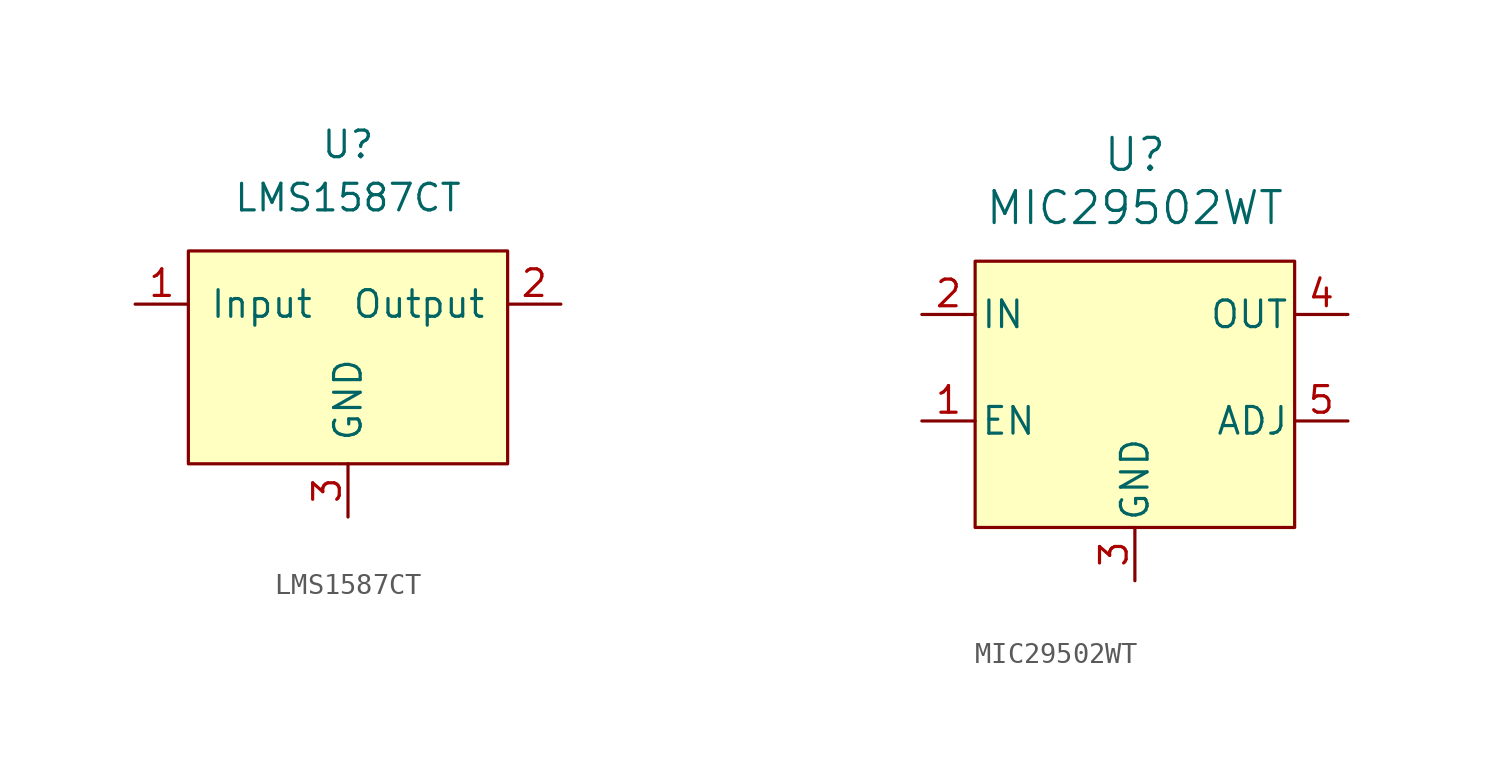
<source format=kicad_sym>
(kicad_symbol_lib
  (version 20220914)
  (generator kicad_symbol_editor)
  (symbol "LMS1587CT"
    (pin_names
      (offset 1.016))
    (property "Reference" "U"
      (at 0 7.62 0)
      (effects (font (size 1.27 1.27))))
    (property "Value" "LMS1587CT"
      (at 0 5.08 0)
      (effects (font (size 1.27 1.27))))
    (symbol "LMS1587CT_0_1"
      (rectangle (start -7.62 2.54) (end 7.62 -7.62) (stroke (width 0) (type solid)) (fill (type background))))
    (symbol "LMS1587CT_1_1"
      (pin power_in line (at -10.16 0 0) (length 2.54) (name "Input" (effects (font (size 1.27 1.27)))) (number "1" (effects (font (size 1.27 1.27)))))
      (pin power_out line (at 10.16 0 180) (length 2.54) (name "Output" (effects (font (size 1.27 1.27)))) (number "2" (effects (font (size 1.27 1.27)))))
      (pin bidirectional line (at 0 -10.16 90) (length 2.54) (name "GND" (effects (font (size 1.27 1.27)))) (number "3" (effects (font (size 1.27 1.27)))))))
  (symbol "MIC29502WT"
    (pin_names
      (offset 0.254))
    (property "Reference" "U"
      (at 20.32 10.16 0)
      (effects (font (size 1.524 1.524))))
    (property "Value" "MIC29502WT"
      (at 20.32 7.62 0)
      (effects (font (size 1.524 1.524))))
    (property "Datasheet" ""
      (at 2.54 0 0)
      (effects (font (size 1.524 1.524))))
    (symbol "MIC29502WT_1_1"
      (rectangle (start 12.7 5.08) (end 27.94 -7.62) (stroke (width 0) (type solid)) (fill (type background)))
      (pin input line (at 10.16 -2.54 0) (length 2.54) (name "EN" (effects (font (size 1.27 1.27)))) (number "1" (effects (font (size 1.27 1.27)))))
      (pin input line (at 10.16 2.54 0) (length 2.54) (name "IN" (effects (font (size 1.27 1.27)))) (number "2" (effects (font (size 1.27 1.27)))))
      (pin power_in line (at 20.32 -10.16 90) (length 2.54) (name "GND" (effects (font (size 1.27 1.27)))) (number "3" (effects (font (size 1.27 1.27)))))
      (pin output line (at 30.48 2.54 180) (length 2.54) (name "OUT" (effects (font (size 1.27 1.27)))) (number "4" (effects (font (size 1.27 1.27)))))
      (pin input line (at 30.48 -2.54 180) (length 2.54) (name "ADJ" (effects (font (size 1.27 1.27)))) (number "5" (effects (font (size 1.27 1.27))))))))
</source>
